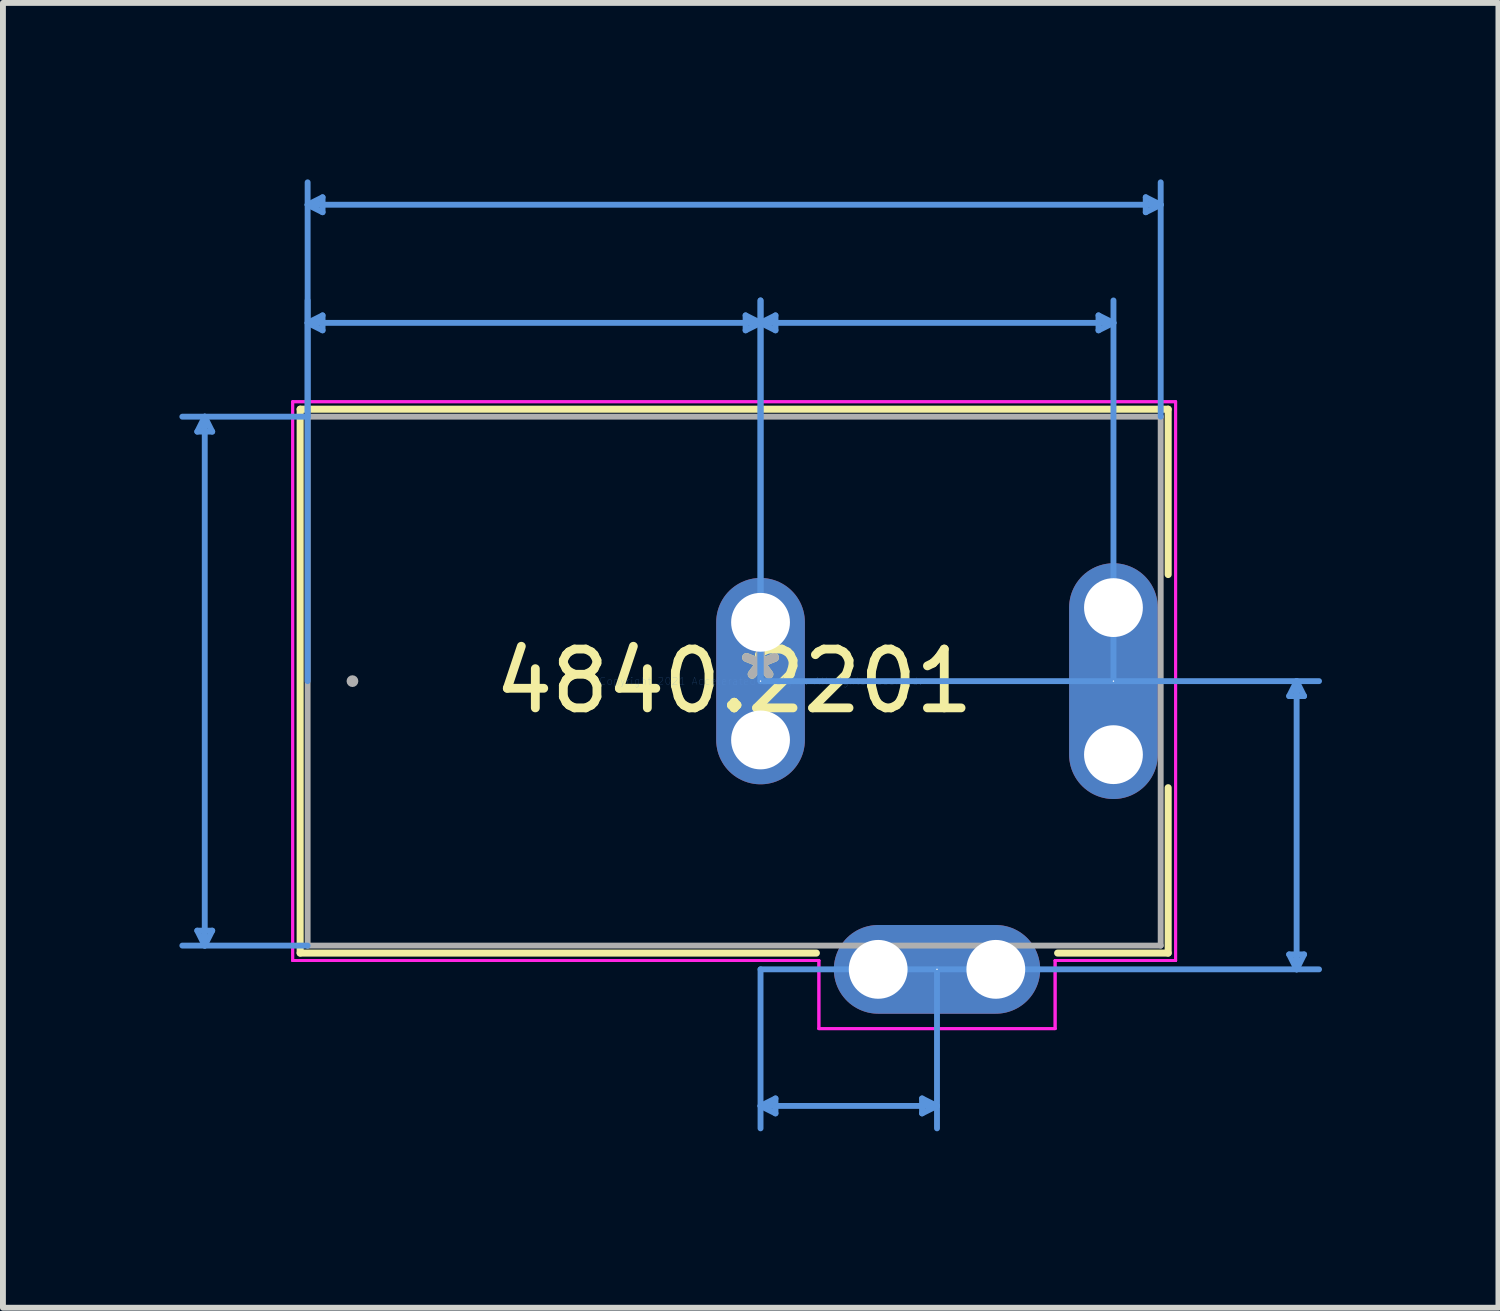
<source format=kicad_pcb>
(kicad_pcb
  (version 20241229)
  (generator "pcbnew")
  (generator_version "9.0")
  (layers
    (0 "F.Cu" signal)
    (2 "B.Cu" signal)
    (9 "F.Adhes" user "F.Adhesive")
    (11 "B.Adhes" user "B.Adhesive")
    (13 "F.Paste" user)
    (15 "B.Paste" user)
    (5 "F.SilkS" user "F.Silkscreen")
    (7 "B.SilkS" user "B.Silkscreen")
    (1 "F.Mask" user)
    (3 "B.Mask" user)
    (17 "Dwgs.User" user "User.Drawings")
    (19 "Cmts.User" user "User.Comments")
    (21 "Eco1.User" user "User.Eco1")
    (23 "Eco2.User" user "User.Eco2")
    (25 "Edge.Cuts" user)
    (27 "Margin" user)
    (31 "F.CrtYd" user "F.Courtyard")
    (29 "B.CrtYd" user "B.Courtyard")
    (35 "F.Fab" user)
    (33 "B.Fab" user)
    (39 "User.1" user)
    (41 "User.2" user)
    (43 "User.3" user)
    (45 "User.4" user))
  (footprint "4840.2201"
    (layer "F.Cu")
    (at 9.88 8.53)
    (property "Reference" "4840.2201" (at -0.448 0 0) (layer "F.SilkS") (effects (font (size 1 1) (thickness 0.15))))
    (attr through_hole)
    (fp_line (start -7.827 -4.623) (end 6.93 -4.623) (stroke (width 0.12) (type solid)) (layer "F.SilkS"))
    (fp_line (start -7.827 4.623) (end -7.827 -4.623) (stroke (width 0.12) (type solid)) (layer "F.SilkS"))
    (fp_line (start 0.949 4.623) (end -7.827 4.623) (stroke (width 0.12) (type solid)) (layer "F.SilkS"))
    (fp_line (start 6.93 -4.623) (end 6.93 -1.812) (stroke (width 0.12) (type solid)) (layer "F.SilkS"))
    (fp_line (start 6.93 1.812) (end 6.93 4.623) (stroke (width 0.12) (type solid)) (layer "F.SilkS"))
    (fp_line (start 6.93 4.623) (end 5.051 4.623) (stroke (width 0.12) (type solid)) (layer "F.SilkS"))
    (fp_line (start -9.576 4.242) (end -9.449 4.496) (stroke (width 0.1) (type solid)) (layer "Cmts.User"))
    (fp_line (start -9.576 -4.242) (end -9.449 -4.496) (stroke (width 0.1) (type solid)) (layer "Cmts.User"))
    (fp_line (start -9.576 -4.242) (end -9.322 -4.242) (stroke (width 0.1) (type solid)) (layer "Cmts.User"))
    (fp_line (start -9.449 -4.496) (end -9.449 4.496) (stroke (width 0.1) (type solid)) (layer "Cmts.User"))
    (fp_line (start -9.322 4.242) (end -9.576 4.242) (stroke (width 0.1) (type solid)) (layer "Cmts.User"))
    (fp_line (start -9.322 4.242) (end -9.449 4.496) (stroke (width 0.1) (type solid)) (layer "Cmts.User"))
    (fp_line (start -9.322 -4.242) (end -9.449 -4.496) (stroke (width 0.1) (type solid)) (layer "Cmts.User"))
    (fp_line (start -7.7 -4.496) (end -9.83 -4.496) (stroke (width 0.1) (type solid)) (layer "Cmts.User"))
    (fp_line (start -7.7 -4.496) (end -7.7 -8.48) (stroke (width 0.1) (type solid)) (layer "Cmts.User"))
    (fp_line (start -7.7 0) (end -7.7 -6.472) (stroke (width 0.1) (type solid)) (layer "Cmts.User"))
    (fp_line (start -7.7 4.496) (end -9.83 4.496) (stroke (width 0.1) (type solid)) (layer "Cmts.User"))
    (fp_line (start -7.446 -5.964) (end -7.7 -6.091) (stroke (width 0.1) (type solid)) (layer "Cmts.User"))
    (fp_line (start -7.446 -5.964) (end -7.446 -6.218) (stroke (width 0.1) (type solid)) (layer "Cmts.User"))
    (fp_line (start -7.446 -6.218) (end -7.7 -6.091) (stroke (width 0.1) (type solid)) (layer "Cmts.User"))
    (fp_line (start -7.446 -7.972) (end -7.7 -8.099) (stroke (width 0.1) (type solid)) (layer "Cmts.User"))
    (fp_line (start -7.446 -7.972) (end -7.446 -8.226) (stroke (width 0.1) (type solid)) (layer "Cmts.User"))
    (fp_line (start -7.446 -8.226) (end -7.7 -8.099) (stroke (width 0.1) (type solid)) (layer "Cmts.User"))
    (fp_line (start -0.254 -6.218) (end -0.254 -5.964) (stroke (width 0.1) (type solid)) (layer "Cmts.User"))
    (fp_line (start -0.254 -6.218) (end -0.000022 -6.091) (stroke (width 0.1) (type solid)) (layer "Cmts.User"))
    (fp_line (start -0.254 -5.964) (end -0.000022 -6.091) (stroke (width 0.1) (type solid)) (layer "Cmts.User"))
    (fp_line (start -0.000022 -6.091) (end -7.7 -6.091) (stroke (width 0.1) (type solid)) (layer "Cmts.User"))
    (fp_line (start -0.000022 -6.091) (end 6 -6.091) (stroke (width 0.1) (type solid)) (layer "Cmts.User"))
    (fp_line (start -0.000009 7.222) (end 3 7.222) (stroke (width 0.1) (type solid)) (layer "Cmts.User"))
    (fp_line (start 0 0) (end -0.000024 -6.472) (stroke (width 0.1) (type solid)) (layer "Cmts.User"))
    (fp_line (start 0 0) (end -0.000024 -6.472) (stroke (width 0.1) (type solid)) (layer "Cmts.User"))
    (fp_line (start 0 0) (end 9.495 0) (stroke (width 0.1) (type solid)) (layer "Cmts.User"))
    (fp_line (start 0 4.9) (end -0.00001 7.603) (stroke (width 0.1) (type solid)) (layer "Cmts.User"))
    (fp_line (start 0 4.9) (end 9.495 4.9) (stroke (width 0.1) (type solid)) (layer "Cmts.User"))
    (fp_line (start 0.254 -6.218) (end -0.000022 -6.091) (stroke (width 0.1) (type solid)) (layer "Cmts.User"))
    (fp_line (start 0.254 -5.964) (end -0.000022 -6.091) (stroke (width 0.1) (type solid)) (layer "Cmts.User"))
    (fp_line (start 0.254 -5.964) (end 0.254 -6.218) (stroke (width 0.1) (type solid)) (layer "Cmts.User"))
    (fp_line (start 0.254 7.095) (end -0.000009 7.222) (stroke (width 0.1) (type solid)) (layer "Cmts.User"))
    (fp_line (start 0.254 7.349) (end -0.000009 7.222) (stroke (width 0.1) (type solid)) (layer "Cmts.User"))
    (fp_line (start 0.254 7.349) (end 0.254 7.095) (stroke (width 0.1) (type solid)) (layer "Cmts.User"))
    (fp_line (start 2.746 7.349) (end 3 7.222) (stroke (width 0.1) (type solid)) (layer "Cmts.User"))
    (fp_line (start 2.746 7.095) (end 2.746 7.349) (stroke (width 0.1) (type solid)) (layer "Cmts.User"))
    (fp_line (start 2.746 7.095) (end 3 7.222) (stroke (width 0.1) (type solid)) (layer "Cmts.User"))
    (fp_line (start 3 4.9) (end 3 7.603) (stroke (width 0.1) (type solid)) (layer "Cmts.User"))
    (fp_line (start 5.746 -6.218) (end 5.746 -5.964) (stroke (width 0.1) (type solid)) (layer "Cmts.User"))
    (fp_line (start 5.746 -6.218) (end 6 -6.091) (stroke (width 0.1) (type solid)) (layer "Cmts.User"))
    (fp_line (start 5.746 -5.964) (end 6 -6.091) (stroke (width 0.1) (type solid)) (layer "Cmts.User"))
    (fp_line (start 6 0) (end 6 -6.472) (stroke (width 0.1) (type solid)) (layer "Cmts.User"))
    (fp_line (start 6.549 -7.972) (end 6.803 -8.099) (stroke (width 0.1) (type solid)) (layer "Cmts.User"))
    (fp_line (start 6.549 -8.226) (end 6.549 -7.972) (stroke (width 0.1) (type solid)) (layer "Cmts.User"))
    (fp_line (start 6.549 -8.226) (end 6.803 -8.099) (stroke (width 0.1) (type solid)) (layer "Cmts.User"))
    (fp_line (start 6.803 -8.099) (end -7.7 -8.099) (stroke (width 0.1) (type solid)) (layer "Cmts.User"))
    (fp_line (start 6.803 -4.496) (end 6.803 -8.48) (stroke (width 0.1) (type solid)) (layer "Cmts.User"))
    (fp_line (start 8.987 4.646) (end 9.114 4.9) (stroke (width 0.1) (type solid)) (layer "Cmts.User"))
    (fp_line (start 8.987 0.254) (end 9.114 0) (stroke (width 0.1) (type solid)) (layer "Cmts.User"))
    (fp_line (start 8.987 0.254) (end 9.241 0.254) (stroke (width 0.1) (type solid)) (layer "Cmts.User"))
    (fp_line (start 9.114 4.9) (end 9.114 0) (stroke (width 0.1) (type solid)) (layer "Cmts.User"))
    (fp_line (start 9.241 4.646) (end 8.987 4.646) (stroke (width 0.1) (type solid)) (layer "Cmts.User"))
    (fp_line (start 9.241 4.646) (end 9.114 4.9) (stroke (width 0.1) (type solid)) (layer "Cmts.User"))
    (fp_line (start 9.241 0.254) (end 9.114 0) (stroke (width 0.1) (type solid)) (layer "Cmts.User"))
    (fp_line (start -7.954 -4.75) (end -7.954 4.75) (stroke (width 0.05) (type solid)) (layer "F.CrtYd"))
    (fp_line (start -7.954 -4.75) (end -7.954 4.75) (stroke (width 0.05) (type solid)) (layer "F.CrtYd"))
    (fp_line (start -7.954 4.75) (end 0.992 4.75) (stroke (width 0.05) (type solid)) (layer "F.CrtYd"))
    (fp_line (start -7.954 4.75) (end 0.992 4.75) (stroke (width 0.05) (type solid)) (layer "F.CrtYd"))
    (fp_line (start 0.992 4.75) (end 0.992 5.908) (stroke (width 0.05) (type solid)) (layer "F.CrtYd"))
    (fp_line (start 0.992 4.75) (end 0.992 5.908) (stroke (width 0.05) (type solid)) (layer "F.CrtYd"))
    (fp_line (start 0.992 5.908) (end 5.008 5.908) (stroke (width 0.05) (type solid)) (layer "F.CrtYd"))
    (fp_line (start 0.992 5.908) (end 5.008 5.908) (stroke (width 0.05) (type solid)) (layer "F.CrtYd"))
    (fp_line (start 5.008 4.75) (end 7.057 4.75) (stroke (width 0.05) (type solid)) (layer "F.CrtYd"))
    (fp_line (start 5.008 4.75) (end 7.057 4.75) (stroke (width 0.05) (type solid)) (layer "F.CrtYd"))
    (fp_line (start 5.008 5.908) (end 5.008 4.75) (stroke (width 0.05) (type solid)) (layer "F.CrtYd"))
    (fp_line (start 5.008 5.908) (end 5.008 4.75) (stroke (width 0.05) (type solid)) (layer "F.CrtYd"))
    (fp_line (start 7.057 -4.75) (end -7.954 -4.75) (stroke (width 0.05) (type solid)) (layer "F.CrtYd"))
    (fp_line (start 7.057 -4.75) (end -7.954 -4.75) (stroke (width 0.05) (type solid)) (layer "F.CrtYd"))
    (fp_line (start 7.057 4.75) (end 7.057 -4.75) (stroke (width 0.05) (type solid)) (layer "F.CrtYd"))
    (fp_line (start 7.057 4.75) (end 7.057 -4.75) (stroke (width 0.05) (type solid)) (layer "F.CrtYd"))
    (fp_line (start -7.7 -4.496) (end -7.7 4.496) (stroke (width 0.1) (type solid)) (layer "F.Fab"))
    (fp_line (start -7.7 4.496) (end 6.803 4.496) (stroke (width 0.1) (type solid)) (layer "F.Fab"))
    (fp_line (start 6.803 -4.496) (end -7.7 -4.496) (stroke (width 0.1) (type solid)) (layer "F.Fab"))
    (fp_line (start 6.803 4.496) (end 6.803 -4.496) (stroke (width 0.1) (type solid)) (layer "F.Fab"))
    (fp_circle (center -6.938 0) (end -6.938 0) (stroke (width 0.1) (type solid)) (fill no) (layer "F.Fab"))
    (fp_text user "*" (at 0 0 0) (layer "F.SilkS") (effects (font (size 1 1) (thickness 0.15))))
    (fp_text user "Copyright 2021 Accelerated Designs. All rights reserved." (at 0 0 0) (layer "Cmts.User") (effects (font (size 0.127 0.127) (thickness 0.002))))
    (fp_text user "*" (at 0 0 0) (layer "F.Fab") (effects (font (size 1 1) (thickness 0.15))))
    (pad "" np_thru_hole circle (at 0 -1) (size 1 1) (drill 1) (layers "*.Cu" "*.Mask"))
    (pad "" np_thru_hole circle (at 0 1) (size 1 1) (drill 1) (layers "*.Cu" "*.Mask"))
    (pad "" np_thru_hole circle (at 2 4.9) (size 1 1) (drill 1) (layers "*.Cu" "*.Mask"))
    (pad "" np_thru_hole circle (at 4 4.9) (size 1 1) (drill 1) (layers "*.Cu" "*.Mask"))
    (pad "" np_thru_hole circle (at 6 -1.25) (size 1 1) (drill 1) (layers "*.Cu" "*.Mask"))
    (pad "" np_thru_hole circle (at 6 1.25) (size 1 1) (drill 1) (layers "*.Cu" "*.Mask"))
    (pad "1" thru_hole oval (at 6 0 90) (size 4.008 1.508) (drill 0.025) (layers "*.Cu" "*.Mask"))
    (pad "2" thru_hole oval (at 0 0 90) (size 3.508 1.508) (drill 0.025) (layers "*.Cu" "*.Mask"))
    (pad "3" thru_hole oval (at 3 4.9) (size 3.508 1.508) (drill 0.025) (layers "*.Cu" "*.Mask")))
  (gr_rect
    (start -3 -3)
    (end 22.425 19.183)
    (stroke (width 0.1) (type default))
    (fill no)
    (layer "Edge.Cuts")))
</source>
